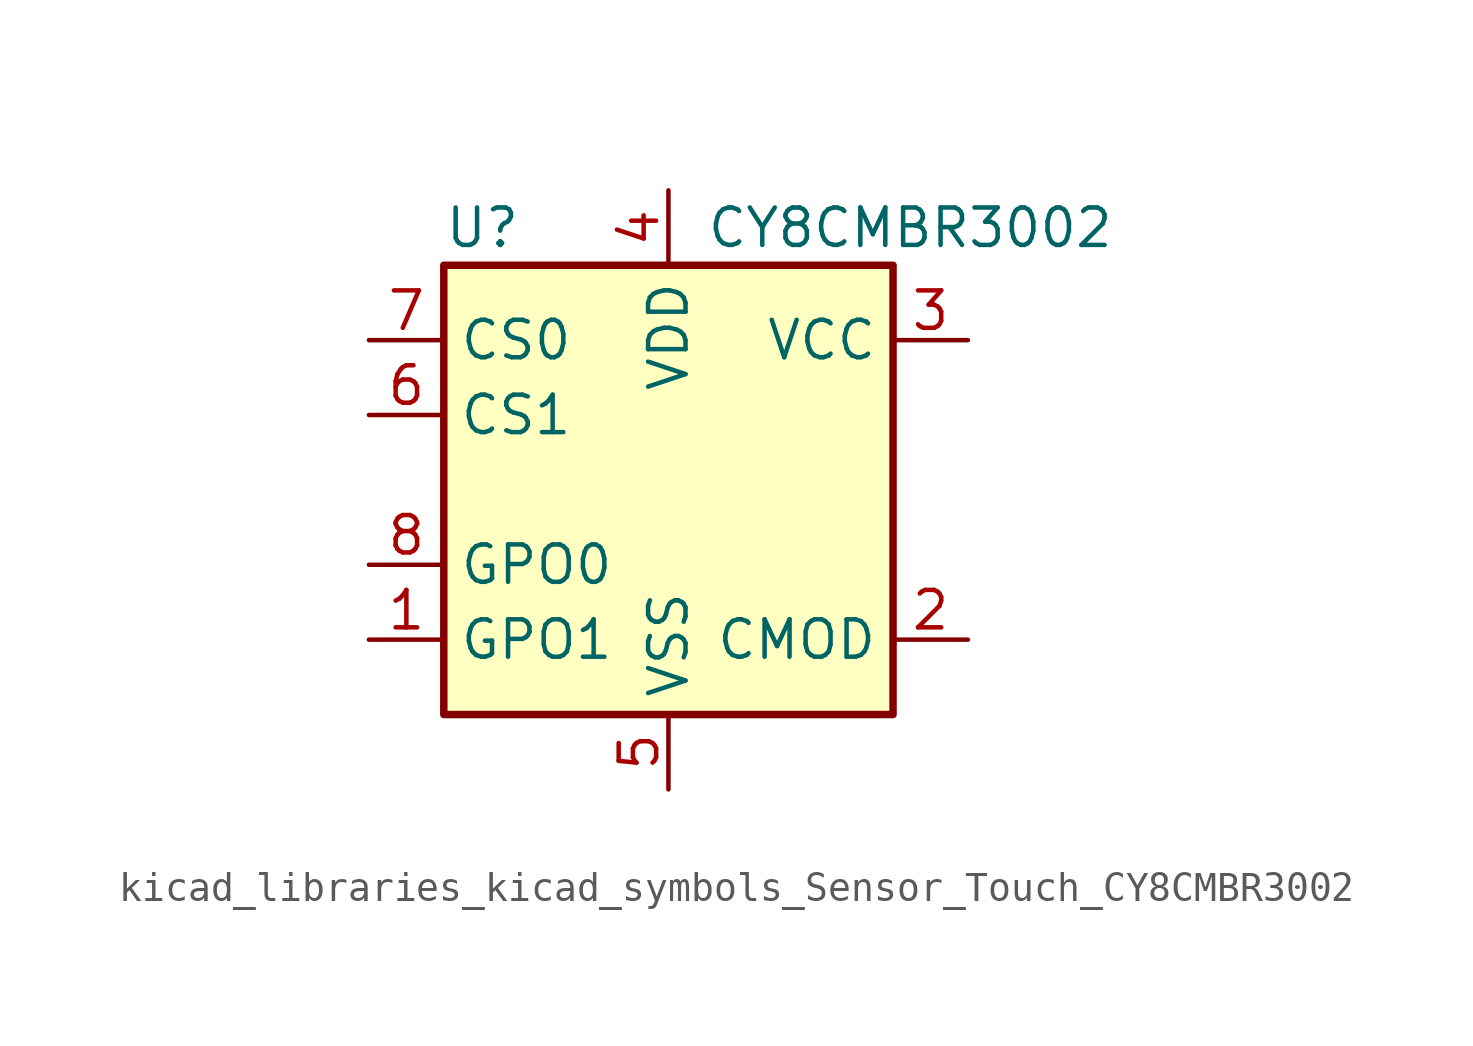
<source format=kicad_sym>
(kicad_symbol_lib
  (version 20220914)
  (generator kicad_symbol_editor)
  (symbol "kicad_libraries_kicad_symbols_Sensor_Touch_CY8CMBR3002"
    (property "Reference" "U"
      (at -7.62 8.89 0)
      (effects (font (size 1.27 1.27)) (justify left)))
    (property "Value" "CY8CMBR3002"
      (at 1.27 8.89 0)
      (effects (font (size 1.27 1.27)) (justify left)))
    (symbol "kicad_libraries_kicad_symbols_Sensor_Touch_CY8CMBR3002_0_1"
      (rectangle (start -7.62 7.62) (end 7.62 -7.62) (stroke (width 0.254) (type default)) (fill (type background))))
    (symbol "kicad_libraries_kicad_symbols_Sensor_Touch_CY8CMBR3002_1_1"
      (pin output line (at -10.16 -5.08 0) (length 2.54) (name "GPO1" (effects (font (size 1.27 1.27)))) (number "1" (effects (font (size 1.27 1.27)))))
      (pin passive line (at 10.16 -5.08 180) (length 2.54) (name "CMOD" (effects (font (size 1.27 1.27)))) (number "2" (effects (font (size 1.27 1.27)))))
      (pin passive line (at 10.16 5.08 180) (length 2.54) (name "VCC" (effects (font (size 1.27 1.27)))) (number "3" (effects (font (size 1.27 1.27)))))
      (pin power_in line (at 0 10.16 270) (length 2.54) (name "VDD" (effects (font (size 1.27 1.27)))) (number "4" (effects (font (size 1.27 1.27)))))
      (pin power_in line (at 0 -10.16 90) (length 2.54) (name "VSS" (effects (font (size 1.27 1.27)))) (number "5" (effects (font (size 1.27 1.27)))))
      (pin passive line (at -10.16 2.54 0) (length 2.54) (name "CS1" (effects (font (size 1.27 1.27)))) (number "6" (effects (font (size 1.27 1.27)))))
      (pin passive line (at -10.16 5.08 0) (length 2.54) (name "CS0" (effects (font (size 1.27 1.27)))) (number "7" (effects (font (size 1.27 1.27)))))
      (pin output line (at -10.16 -2.54 0) (length 2.54) (name "GPO0" (effects (font (size 1.27 1.27)))) (number "8" (effects (font (size 1.27 1.27))))))))
</source>
